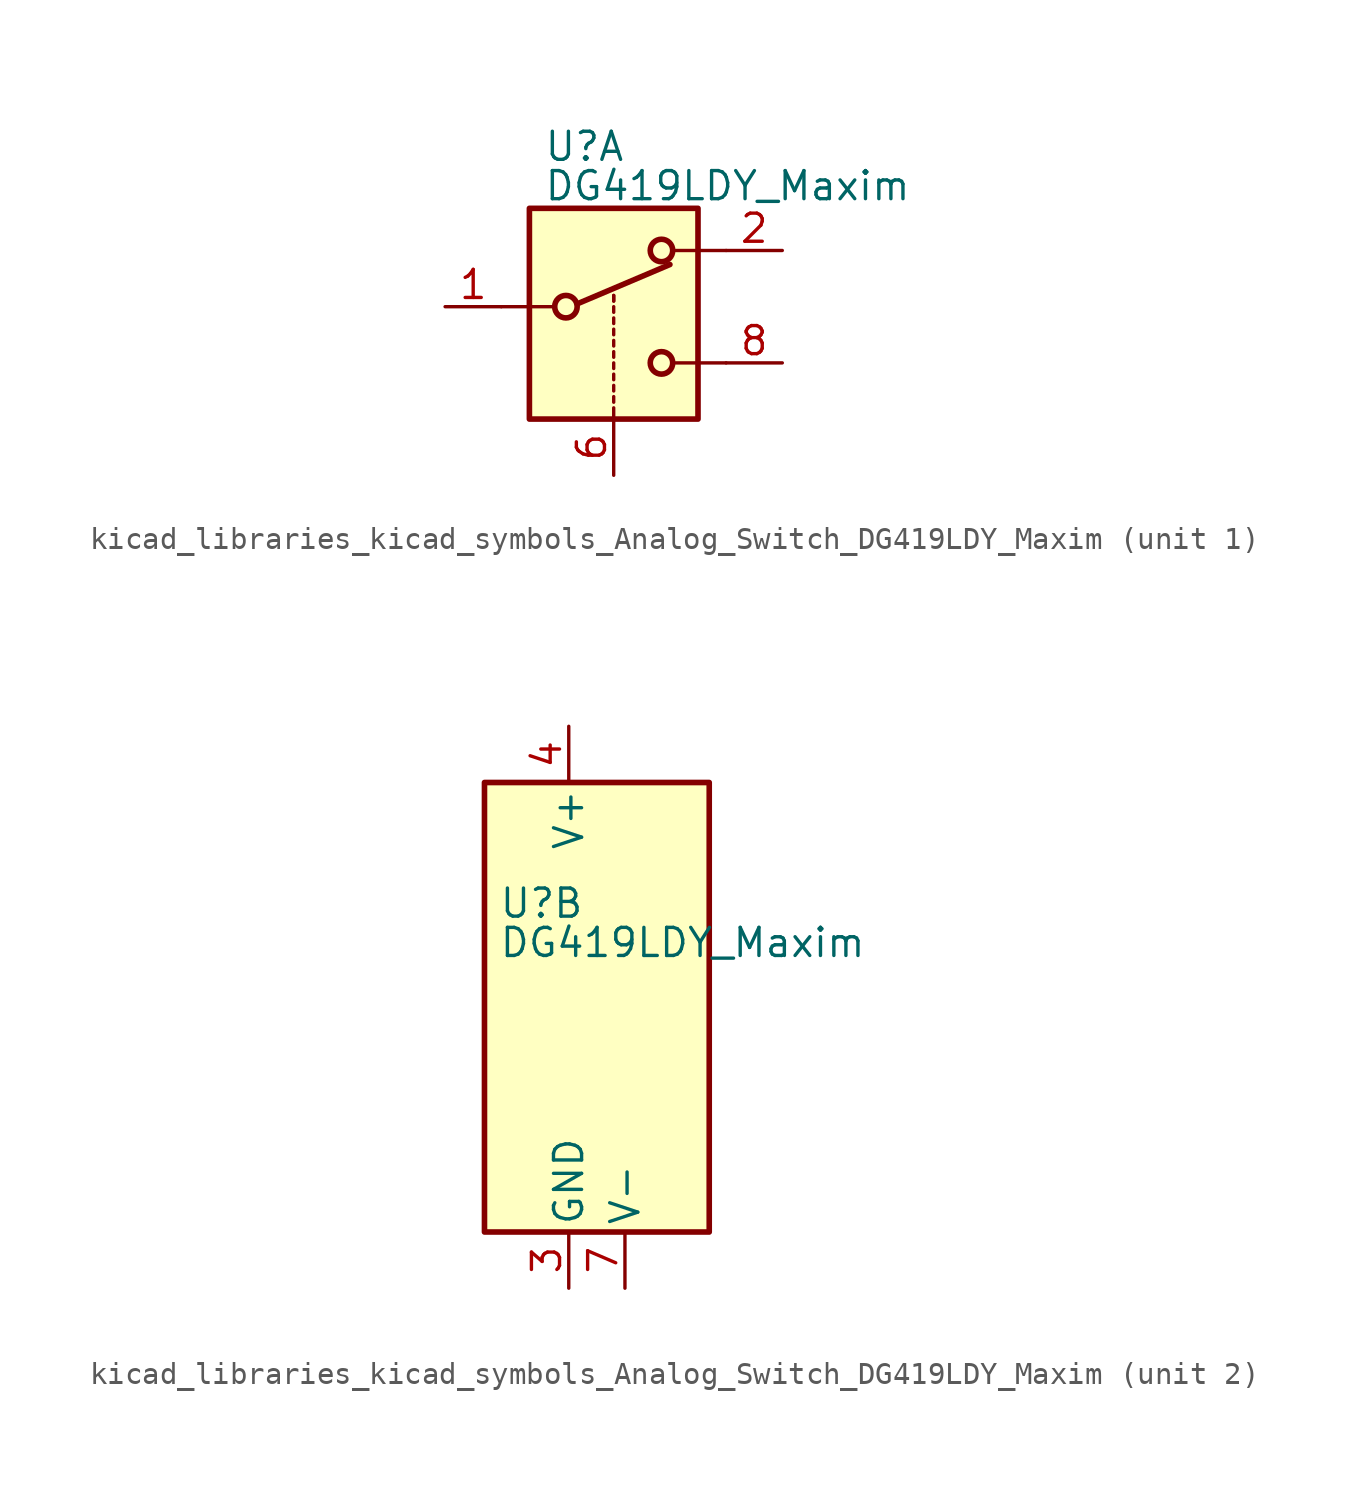
<source format=kicad_sym>
(kicad_symbol_lib
  (version 20220914)
  (generator kicad_symbol_editor)
  (symbol "kicad_libraries_kicad_symbols_Analog_Switch_DG419LDY_Maxim"
    (pin_names
      (offset 0.254))
    (property "Reference" "U"
      (at -3.175 4.699 0)
      (effects (font (size 1.27 1.27)) (justify left)))
    (property "Value" "DG419LDY_Maxim"
      (at -3.175 2.921 0)
      (effects (font (size 1.27 1.27)) (justify left)))
    (symbol "kicad_libraries_kicad_symbols_Analog_Switch_DG419LDY_Maxim_1_1"
      (rectangle (start -3.81 1.905) (end 3.81 -7.62) (stroke (width 0.254) (type default)) (fill (type background)))
      (circle (center -2.159 -2.54) (radius 0.508) (stroke (width 0.254) (type default)) (fill (type none)))
      (polyline (pts (xy -5.08 -2.54) (xy -2.794 -2.54)) (stroke (width 0) (type default)) (fill (type none)))
      (polyline (pts (xy -1.651 -2.413) (xy 2.54 -0.635)) (stroke (width 0.254) (type default)) (fill (type none)))
      (polyline (pts (xy 0 -7.62) (xy 0 -7.112)) (stroke (width 0) (type default)) (fill (type none)))
      (polyline (pts (xy 0 -6.858) (xy 0 -6.604)) (stroke (width 0) (type default)) (fill (type none)))
      (polyline (pts (xy 0 -6.35) (xy 0 -6.096)) (stroke (width 0) (type default)) (fill (type none)))
      (polyline (pts (xy 0 -5.842) (xy 0 -5.588)) (stroke (width 0) (type default)) (fill (type none)))
      (polyline (pts (xy 0 -5.334) (xy 0 -5.08)) (stroke (width 0) (type default)) (fill (type none)))
      (polyline (pts (xy 0 -4.826) (xy 0 -4.572)) (stroke (width 0) (type default)) (fill (type none)))
      (polyline (pts (xy 0 -4.318) (xy 0 -4.064)) (stroke (width 0) (type default)) (fill (type none)))
      (polyline (pts (xy 0 -3.81) (xy 0 -3.556)) (stroke (width 0) (type default)) (fill (type none)))
      (polyline (pts (xy 0 -3.302) (xy 0 -3.048)) (stroke (width 0) (type default)) (fill (type none)))
      (polyline (pts (xy 0 -2.794) (xy 0 -2.54)) (stroke (width 0) (type default)) (fill (type none)))
      (polyline (pts (xy 0 -2.286) (xy 0 -2.032)) (stroke (width 0) (type default)) (fill (type none)))
      (polyline (pts (xy 0 -2.286) (xy 0 -2.032)) (stroke (width 0) (type default)) (fill (type none)))
      (polyline (pts (xy 5.08 -5.08) (xy 2.794 -5.08)) (stroke (width 0) (type default)) (fill (type none)))
      (polyline (pts (xy 5.08 0) (xy 2.794 0)) (stroke (width 0) (type default)) (fill (type none)))
      (circle (center 2.159 -5.08) (radius 0.508) (stroke (width 0.254) (type default)) (fill (type none)))
      (circle (center 2.159 0) (radius 0.508) (stroke (width 0.254) (type default)) (fill (type none)))
      (pin passive line (at -7.62 -2.54 0) (length 2.54) (name "~" (effects (font (size 1.27 1.27)))) (number "1" (effects (font (size 1.27 1.27)))))
      (pin passive line (at 7.62 0 180) (length 2.54) (name "~" (effects (font (size 1.27 1.27)))) (number "2" (effects (font (size 1.27 1.27)))))
      (pin input line (at 0 -10.16 90) (length 2.54) (name "~" (effects (font (size 1.27 1.27)))) (number "6" (effects (font (size 1.27 1.27)))))
      (pin passive line (at 7.62 -5.08 180) (length 2.54) (name "~" (effects (font (size 1.27 1.27)))) (number "8" (effects (font (size 1.27 1.27))))))
    (symbol "kicad_libraries_kicad_symbols_Analog_Switch_DG419LDY_Maxim_2_0"
      (pin power_in line (at 0 -12.7 90) (length 2.54) (name "GND" (effects (font (size 1.27 1.27)))) (number "3" (effects (font (size 1.27 1.27)))))
      (pin power_in line (at 0 12.7 270) (length 2.54) (name "V+" (effects (font (size 1.27 1.27)))) (number "4" (effects (font (size 1.27 1.27)))))
      (pin no_connect line (at 2.54 10.16 270) (length 2.54) hide (name "NC" (effects (font (size 1.27 1.27)))) (number "5" (effects (font (size 1.27 1.27)))))
      (pin power_in line (at 2.54 -12.7 90) (length 2.54) (name "V-" (effects (font (size 1.27 1.27)))) (number "7" (effects (font (size 1.27 1.27))))))
    (symbol "kicad_libraries_kicad_symbols_Analog_Switch_DG419LDY_Maxim_2_1"
      (rectangle (start -3.81 10.16) (end 6.35 -10.16) (stroke (width 0.254) (type default)) (fill (type background))))))
</source>
